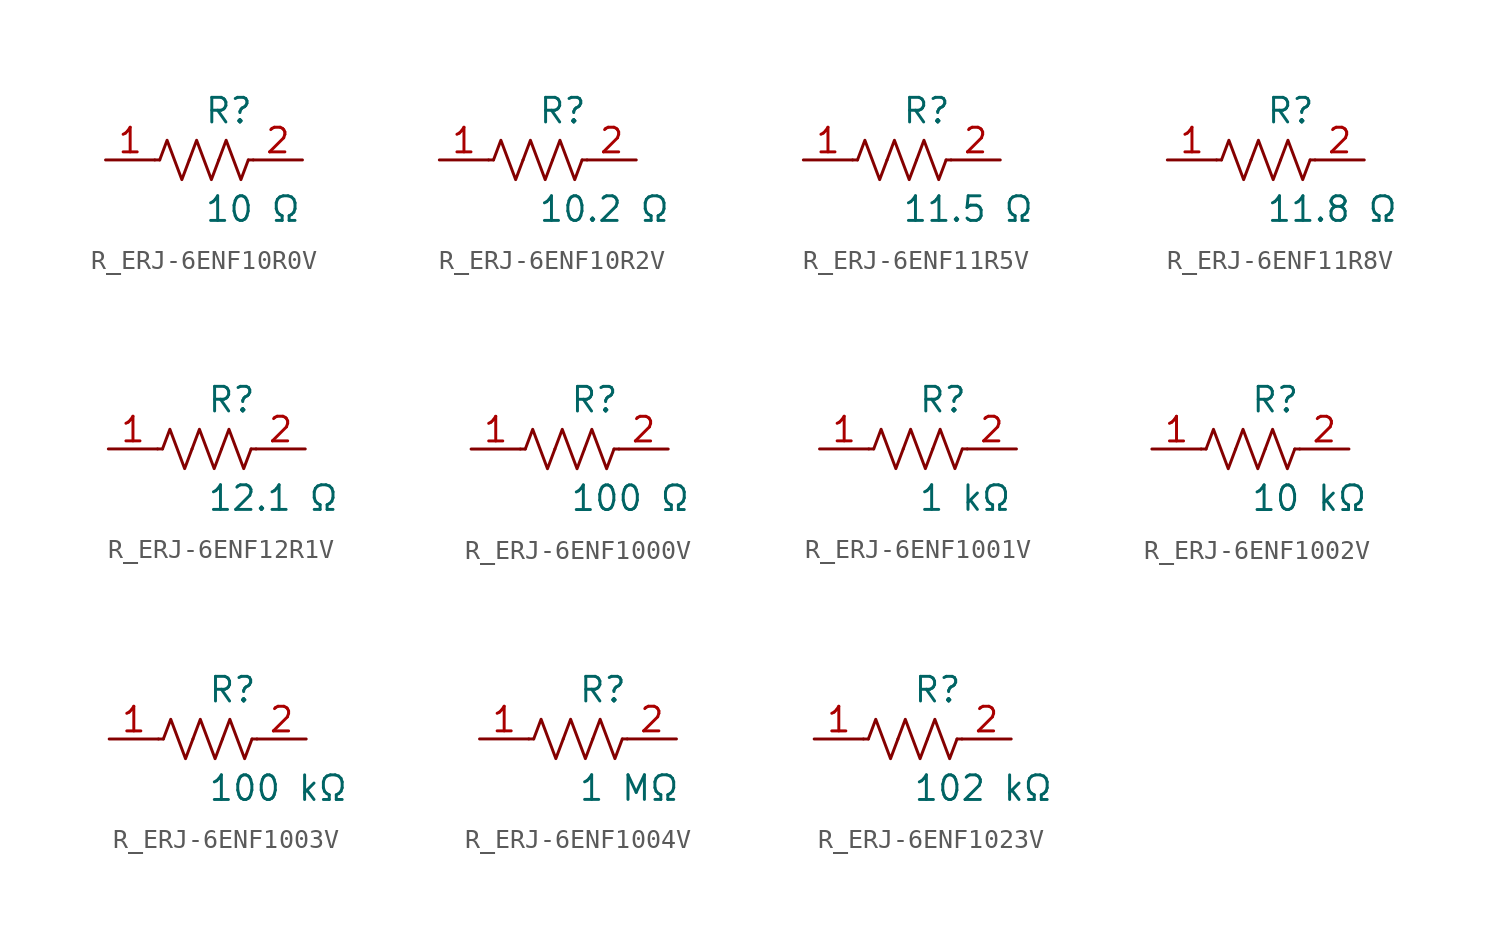
<source format=kicad_sym>
(kicad_symbol_lib
  (version 20231120)
  (generator kicad_symbol_editor)
  (generator_version 8.0)
  (symbol "R_ERJ-6ENF10R0V"
    (pin_names
      (offset 0.254))
    (property "Reference" "R"
      (at 0.0 2.54 0)
      (effects (font (size 1.27 1.27)) (justify left)))
    (property "Value" "10 Ω"
      (at 0.0 -2.54 0)
      (effects (font (size 1.27 1.27)) (justify left)))
    (symbol "R_ERJ-6ENF10R0V_0_1"
      (polyline (pts (xy 2.286 0) (xy 2.54 0)) (stroke (width 0) (type default)) (fill (type none)))
      (polyline (pts (xy -2.286 0) (xy -2.54 0)) (stroke (width 0) (type default)) (fill (type none)))
      (polyline (pts (xy 0.762 0) (xy 1.143 1.016) (xy 1.524 0) (xy 1.905 -1.016) (xy 2.286 0)) (stroke (width 0) (type default)) (fill (type none)))
      (polyline (pts (xy -0.762 0) (xy -0.381 1.016) (xy 0 0) (xy 0.381 -1.016) (xy 0.762 0)) (stroke (width 0) (type default)) (fill (type none)))
      (polyline (pts (xy -2.286 0) (xy -1.905 1.016) (xy -1.524 0) (xy -1.143 -1.016) (xy -0.762 0)) (stroke (width 0) (type default)) (fill (type none))))
    (pin unspecified line
      (at -5.08 0 0)
      (length 2.54)
      (name "" (effects (font (size 1.27 1.27))))
      (number "1" (effects (font (size 1.27 1.27)))))
    (pin unspecified line
      (at 5.08 0 180)
      (length 2.54)
      (name "" (effects (font (size 1.27 1.27))))
      (number "2" (effects (font (size 1.27 1.27))))))
  (symbol "R_ERJ-6ENF10R2V"
    (pin_names
      (offset 0.254))
    (property "Reference" "R"
      (at 0.0 2.54 0)
      (effects (font (size 1.27 1.27)) (justify left)))
    (property "Value" "10.2 Ω"
      (at 0.0 -2.54 0)
      (effects (font (size 1.27 1.27)) (justify left)))
    (symbol "R_ERJ-6ENF10R2V_0_1"
      (polyline (pts (xy 2.286 0) (xy 2.54 0)) (stroke (width 0) (type default)) (fill (type none)))
      (polyline (pts (xy -2.286 0) (xy -2.54 0)) (stroke (width 0) (type default)) (fill (type none)))
      (polyline (pts (xy 0.762 0) (xy 1.143 1.016) (xy 1.524 0) (xy 1.905 -1.016) (xy 2.286 0)) (stroke (width 0) (type default)) (fill (type none)))
      (polyline (pts (xy -0.762 0) (xy -0.381 1.016) (xy 0 0) (xy 0.381 -1.016) (xy 0.762 0)) (stroke (width 0) (type default)) (fill (type none)))
      (polyline (pts (xy -2.286 0) (xy -1.905 1.016) (xy -1.524 0) (xy -1.143 -1.016) (xy -0.762 0)) (stroke (width 0) (type default)) (fill (type none))))
    (pin unspecified line
      (at -5.08 0 0)
      (length 2.54)
      (name "" (effects (font (size 1.27 1.27))))
      (number "1" (effects (font (size 1.27 1.27)))))
    (pin unspecified line
      (at 5.08 0 180)
      (length 2.54)
      (name "" (effects (font (size 1.27 1.27))))
      (number "2" (effects (font (size 1.27 1.27))))))
  (symbol "R_ERJ-6ENF11R5V"
    (pin_names
      (offset 0.254))
    (property "Reference" "R"
      (at 0.0 2.54 0)
      (effects (font (size 1.27 1.27)) (justify left)))
    (property "Value" "11.5 Ω"
      (at 0.0 -2.54 0)
      (effects (font (size 1.27 1.27)) (justify left)))
    (symbol "R_ERJ-6ENF11R5V_0_1"
      (polyline (pts (xy 2.286 0) (xy 2.54 0)) (stroke (width 0) (type default)) (fill (type none)))
      (polyline (pts (xy -2.286 0) (xy -2.54 0)) (stroke (width 0) (type default)) (fill (type none)))
      (polyline (pts (xy 0.762 0) (xy 1.143 1.016) (xy 1.524 0) (xy 1.905 -1.016) (xy 2.286 0)) (stroke (width 0) (type default)) (fill (type none)))
      (polyline (pts (xy -0.762 0) (xy -0.381 1.016) (xy 0 0) (xy 0.381 -1.016) (xy 0.762 0)) (stroke (width 0) (type default)) (fill (type none)))
      (polyline (pts (xy -2.286 0) (xy -1.905 1.016) (xy -1.524 0) (xy -1.143 -1.016) (xy -0.762 0)) (stroke (width 0) (type default)) (fill (type none))))
    (pin unspecified line
      (at -5.08 0 0)
      (length 2.54)
      (name "" (effects (font (size 1.27 1.27))))
      (number "1" (effects (font (size 1.27 1.27)))))
    (pin unspecified line
      (at 5.08 0 180)
      (length 2.54)
      (name "" (effects (font (size 1.27 1.27))))
      (number "2" (effects (font (size 1.27 1.27))))))
  (symbol "R_ERJ-6ENF11R8V"
    (pin_names
      (offset 0.254))
    (property "Reference" "R"
      (at 0.0 2.54 0)
      (effects (font (size 1.27 1.27)) (justify left)))
    (property "Value" "11.8 Ω"
      (at 0.0 -2.54 0)
      (effects (font (size 1.27 1.27)) (justify left)))
    (symbol "R_ERJ-6ENF11R8V_0_1"
      (polyline (pts (xy 2.286 0) (xy 2.54 0)) (stroke (width 0) (type default)) (fill (type none)))
      (polyline (pts (xy -2.286 0) (xy -2.54 0)) (stroke (width 0) (type default)) (fill (type none)))
      (polyline (pts (xy 0.762 0) (xy 1.143 1.016) (xy 1.524 0) (xy 1.905 -1.016) (xy 2.286 0)) (stroke (width 0) (type default)) (fill (type none)))
      (polyline (pts (xy -0.762 0) (xy -0.381 1.016) (xy 0 0) (xy 0.381 -1.016) (xy 0.762 0)) (stroke (width 0) (type default)) (fill (type none)))
      (polyline (pts (xy -2.286 0) (xy -1.905 1.016) (xy -1.524 0) (xy -1.143 -1.016) (xy -0.762 0)) (stroke (width 0) (type default)) (fill (type none))))
    (pin unspecified line
      (at -5.08 0 0)
      (length 2.54)
      (name "" (effects (font (size 1.27 1.27))))
      (number "1" (effects (font (size 1.27 1.27)))))
    (pin unspecified line
      (at 5.08 0 180)
      (length 2.54)
      (name "" (effects (font (size 1.27 1.27))))
      (number "2" (effects (font (size 1.27 1.27))))))
  (symbol "R_ERJ-6ENF12R1V"
    (pin_names
      (offset 0.254))
    (property "Reference" "R"
      (at 0.0 2.54 0)
      (effects (font (size 1.27 1.27)) (justify left)))
    (property "Value" "12.1 Ω"
      (at 0.0 -2.54 0)
      (effects (font (size 1.27 1.27)) (justify left)))
    (symbol "R_ERJ-6ENF12R1V_0_1"
      (polyline (pts (xy 2.286 0) (xy 2.54 0)) (stroke (width 0) (type default)) (fill (type none)))
      (polyline (pts (xy -2.286 0) (xy -2.54 0)) (stroke (width 0) (type default)) (fill (type none)))
      (polyline (pts (xy 0.762 0) (xy 1.143 1.016) (xy 1.524 0) (xy 1.905 -1.016) (xy 2.286 0)) (stroke (width 0) (type default)) (fill (type none)))
      (polyline (pts (xy -0.762 0) (xy -0.381 1.016) (xy 0 0) (xy 0.381 -1.016) (xy 0.762 0)) (stroke (width 0) (type default)) (fill (type none)))
      (polyline (pts (xy -2.286 0) (xy -1.905 1.016) (xy -1.524 0) (xy -1.143 -1.016) (xy -0.762 0)) (stroke (width 0) (type default)) (fill (type none))))
    (pin unspecified line
      (at -5.08 0 0)
      (length 2.54)
      (name "" (effects (font (size 1.27 1.27))))
      (number "1" (effects (font (size 1.27 1.27)))))
    (pin unspecified line
      (at 5.08 0 180)
      (length 2.54)
      (name "" (effects (font (size 1.27 1.27))))
      (number "2" (effects (font (size 1.27 1.27))))))
  (symbol "R_ERJ-6ENF1000V"
    (pin_names
      (offset 0.254))
    (property "Reference" "R"
      (at 0.0 2.54 0)
      (effects (font (size 1.27 1.27)) (justify left)))
    (property "Value" "100 Ω"
      (at 0.0 -2.54 0)
      (effects (font (size 1.27 1.27)) (justify left)))
    (symbol "R_ERJ-6ENF1000V_0_1"
      (polyline (pts (xy 2.286 0) (xy 2.54 0)) (stroke (width 0) (type default)) (fill (type none)))
      (polyline (pts (xy -2.286 0) (xy -2.54 0)) (stroke (width 0) (type default)) (fill (type none)))
      (polyline (pts (xy 0.762 0) (xy 1.143 1.016) (xy 1.524 0) (xy 1.905 -1.016) (xy 2.286 0)) (stroke (width 0) (type default)) (fill (type none)))
      (polyline (pts (xy -0.762 0) (xy -0.381 1.016) (xy 0 0) (xy 0.381 -1.016) (xy 0.762 0)) (stroke (width 0) (type default)) (fill (type none)))
      (polyline (pts (xy -2.286 0) (xy -1.905 1.016) (xy -1.524 0) (xy -1.143 -1.016) (xy -0.762 0)) (stroke (width 0) (type default)) (fill (type none))))
    (pin unspecified line
      (at -5.08 0 0)
      (length 2.54)
      (name "" (effects (font (size 1.27 1.27))))
      (number "1" (effects (font (size 1.27 1.27)))))
    (pin unspecified line
      (at 5.08 0 180)
      (length 2.54)
      (name "" (effects (font (size 1.27 1.27))))
      (number "2" (effects (font (size 1.27 1.27))))))
  (symbol "R_ERJ-6ENF1001V"
    (pin_names
      (offset 0.254))
    (property "Reference" "R"
      (at 0.0 2.54 0)
      (effects (font (size 1.27 1.27)) (justify left)))
    (property "Value" "1 kΩ"
      (at 0.0 -2.54 0)
      (effects (font (size 1.27 1.27)) (justify left)))
    (symbol "R_ERJ-6ENF1001V_0_1"
      (polyline (pts (xy 2.286 0) (xy 2.54 0)) (stroke (width 0) (type default)) (fill (type none)))
      (polyline (pts (xy -2.286 0) (xy -2.54 0)) (stroke (width 0) (type default)) (fill (type none)))
      (polyline (pts (xy 0.762 0) (xy 1.143 1.016) (xy 1.524 0) (xy 1.905 -1.016) (xy 2.286 0)) (stroke (width 0) (type default)) (fill (type none)))
      (polyline (pts (xy -0.762 0) (xy -0.381 1.016) (xy 0 0) (xy 0.381 -1.016) (xy 0.762 0)) (stroke (width 0) (type default)) (fill (type none)))
      (polyline (pts (xy -2.286 0) (xy -1.905 1.016) (xy -1.524 0) (xy -1.143 -1.016) (xy -0.762 0)) (stroke (width 0) (type default)) (fill (type none))))
    (pin unspecified line
      (at -5.08 0 0)
      (length 2.54)
      (name "" (effects (font (size 1.27 1.27))))
      (number "1" (effects (font (size 1.27 1.27)))))
    (pin unspecified line
      (at 5.08 0 180)
      (length 2.54)
      (name "" (effects (font (size 1.27 1.27))))
      (number "2" (effects (font (size 1.27 1.27))))))
  (symbol "R_ERJ-6ENF1002V"
    (pin_names
      (offset 0.254))
    (property "Reference" "R"
      (at 0.0 2.54 0)
      (effects (font (size 1.27 1.27)) (justify left)))
    (property "Value" "10 kΩ"
      (at 0.0 -2.54 0)
      (effects (font (size 1.27 1.27)) (justify left)))
    (symbol "R_ERJ-6ENF1002V_0_1"
      (polyline (pts (xy 2.286 0) (xy 2.54 0)) (stroke (width 0) (type default)) (fill (type none)))
      (polyline (pts (xy -2.286 0) (xy -2.54 0)) (stroke (width 0) (type default)) (fill (type none)))
      (polyline (pts (xy 0.762 0) (xy 1.143 1.016) (xy 1.524 0) (xy 1.905 -1.016) (xy 2.286 0)) (stroke (width 0) (type default)) (fill (type none)))
      (polyline (pts (xy -0.762 0) (xy -0.381 1.016) (xy 0 0) (xy 0.381 -1.016) (xy 0.762 0)) (stroke (width 0) (type default)) (fill (type none)))
      (polyline (pts (xy -2.286 0) (xy -1.905 1.016) (xy -1.524 0) (xy -1.143 -1.016) (xy -0.762 0)) (stroke (width 0) (type default)) (fill (type none))))
    (pin unspecified line
      (at -5.08 0 0)
      (length 2.54)
      (name "" (effects (font (size 1.27 1.27))))
      (number "1" (effects (font (size 1.27 1.27)))))
    (pin unspecified line
      (at 5.08 0 180)
      (length 2.54)
      (name "" (effects (font (size 1.27 1.27))))
      (number "2" (effects (font (size 1.27 1.27))))))
  (symbol "R_ERJ-6ENF1003V"
    (pin_names
      (offset 0.254))
    (property "Reference" "R"
      (at 0.0 2.54 0)
      (effects (font (size 1.27 1.27)) (justify left)))
    (property "Value" "100 kΩ"
      (at 0.0 -2.54 0)
      (effects (font (size 1.27 1.27)) (justify left)))
    (symbol "R_ERJ-6ENF1003V_0_1"
      (polyline (pts (xy 2.286 0) (xy 2.54 0)) (stroke (width 0) (type default)) (fill (type none)))
      (polyline (pts (xy -2.286 0) (xy -2.54 0)) (stroke (width 0) (type default)) (fill (type none)))
      (polyline (pts (xy 0.762 0) (xy 1.143 1.016) (xy 1.524 0) (xy 1.905 -1.016) (xy 2.286 0)) (stroke (width 0) (type default)) (fill (type none)))
      (polyline (pts (xy -0.762 0) (xy -0.381 1.016) (xy 0 0) (xy 0.381 -1.016) (xy 0.762 0)) (stroke (width 0) (type default)) (fill (type none)))
      (polyline (pts (xy -2.286 0) (xy -1.905 1.016) (xy -1.524 0) (xy -1.143 -1.016) (xy -0.762 0)) (stroke (width 0) (type default)) (fill (type none))))
    (pin unspecified line
      (at -5.08 0 0)
      (length 2.54)
      (name "" (effects (font (size 1.27 1.27))))
      (number "1" (effects (font (size 1.27 1.27)))))
    (pin unspecified line
      (at 5.08 0 180)
      (length 2.54)
      (name "" (effects (font (size 1.27 1.27))))
      (number "2" (effects (font (size 1.27 1.27))))))
  (symbol "R_ERJ-6ENF1004V"
    (pin_names
      (offset 0.254))
    (property "Reference" "R"
      (at 0.0 2.54 0)
      (effects (font (size 1.27 1.27)) (justify left)))
    (property "Value" "1 MΩ"
      (at 0.0 -2.54 0)
      (effects (font (size 1.27 1.27)) (justify left)))
    (symbol "R_ERJ-6ENF1004V_0_1"
      (polyline (pts (xy 2.286 0) (xy 2.54 0)) (stroke (width 0) (type default)) (fill (type none)))
      (polyline (pts (xy -2.286 0) (xy -2.54 0)) (stroke (width 0) (type default)) (fill (type none)))
      (polyline (pts (xy 0.762 0) (xy 1.143 1.016) (xy 1.524 0) (xy 1.905 -1.016) (xy 2.286 0)) (stroke (width 0) (type default)) (fill (type none)))
      (polyline (pts (xy -0.762 0) (xy -0.381 1.016) (xy 0 0) (xy 0.381 -1.016) (xy 0.762 0)) (stroke (width 0) (type default)) (fill (type none)))
      (polyline (pts (xy -2.286 0) (xy -1.905 1.016) (xy -1.524 0) (xy -1.143 -1.016) (xy -0.762 0)) (stroke (width 0) (type default)) (fill (type none))))
    (pin unspecified line
      (at -5.08 0 0)
      (length 2.54)
      (name "" (effects (font (size 1.27 1.27))))
      (number "1" (effects (font (size 1.27 1.27)))))
    (pin unspecified line
      (at 5.08 0 180)
      (length 2.54)
      (name "" (effects (font (size 1.27 1.27))))
      (number "2" (effects (font (size 1.27 1.27))))))
  (symbol "R_ERJ-6ENF1023V"
    (pin_names
      (offset 0.254))
    (property "Reference" "R"
      (at 0.0 2.54 0)
      (effects (font (size 1.27 1.27)) (justify left)))
    (property "Value" "102 kΩ"
      (at 0.0 -2.54 0)
      (effects (font (size 1.27 1.27)) (justify left)))
    (symbol "R_ERJ-6ENF1023V_0_1"
      (polyline (pts (xy 2.286 0) (xy 2.54 0)) (stroke (width 0) (type default)) (fill (type none)))
      (polyline (pts (xy -2.286 0) (xy -2.54 0)) (stroke (width 0) (type default)) (fill (type none)))
      (polyline (pts (xy 0.762 0) (xy 1.143 1.016) (xy 1.524 0) (xy 1.905 -1.016) (xy 2.286 0)) (stroke (width 0) (type default)) (fill (type none)))
      (polyline (pts (xy -0.762 0) (xy -0.381 1.016) (xy 0 0) (xy 0.381 -1.016) (xy 0.762 0)) (stroke (width 0) (type default)) (fill (type none)))
      (polyline (pts (xy -2.286 0) (xy -1.905 1.016) (xy -1.524 0) (xy -1.143 -1.016) (xy -0.762 0)) (stroke (width 0) (type default)) (fill (type none))))
    (pin unspecified line
      (at -5.08 0 0)
      (length 2.54)
      (name "" (effects (font (size 1.27 1.27))))
      (number "1" (effects (font (size 1.27 1.27)))))
    (pin unspecified line
      (at 5.08 0 180)
      (length 2.54)
      (name "" (effects (font (size 1.27 1.27))))
      (number "2" (effects (font (size 1.27 1.27)))))))
</source>
